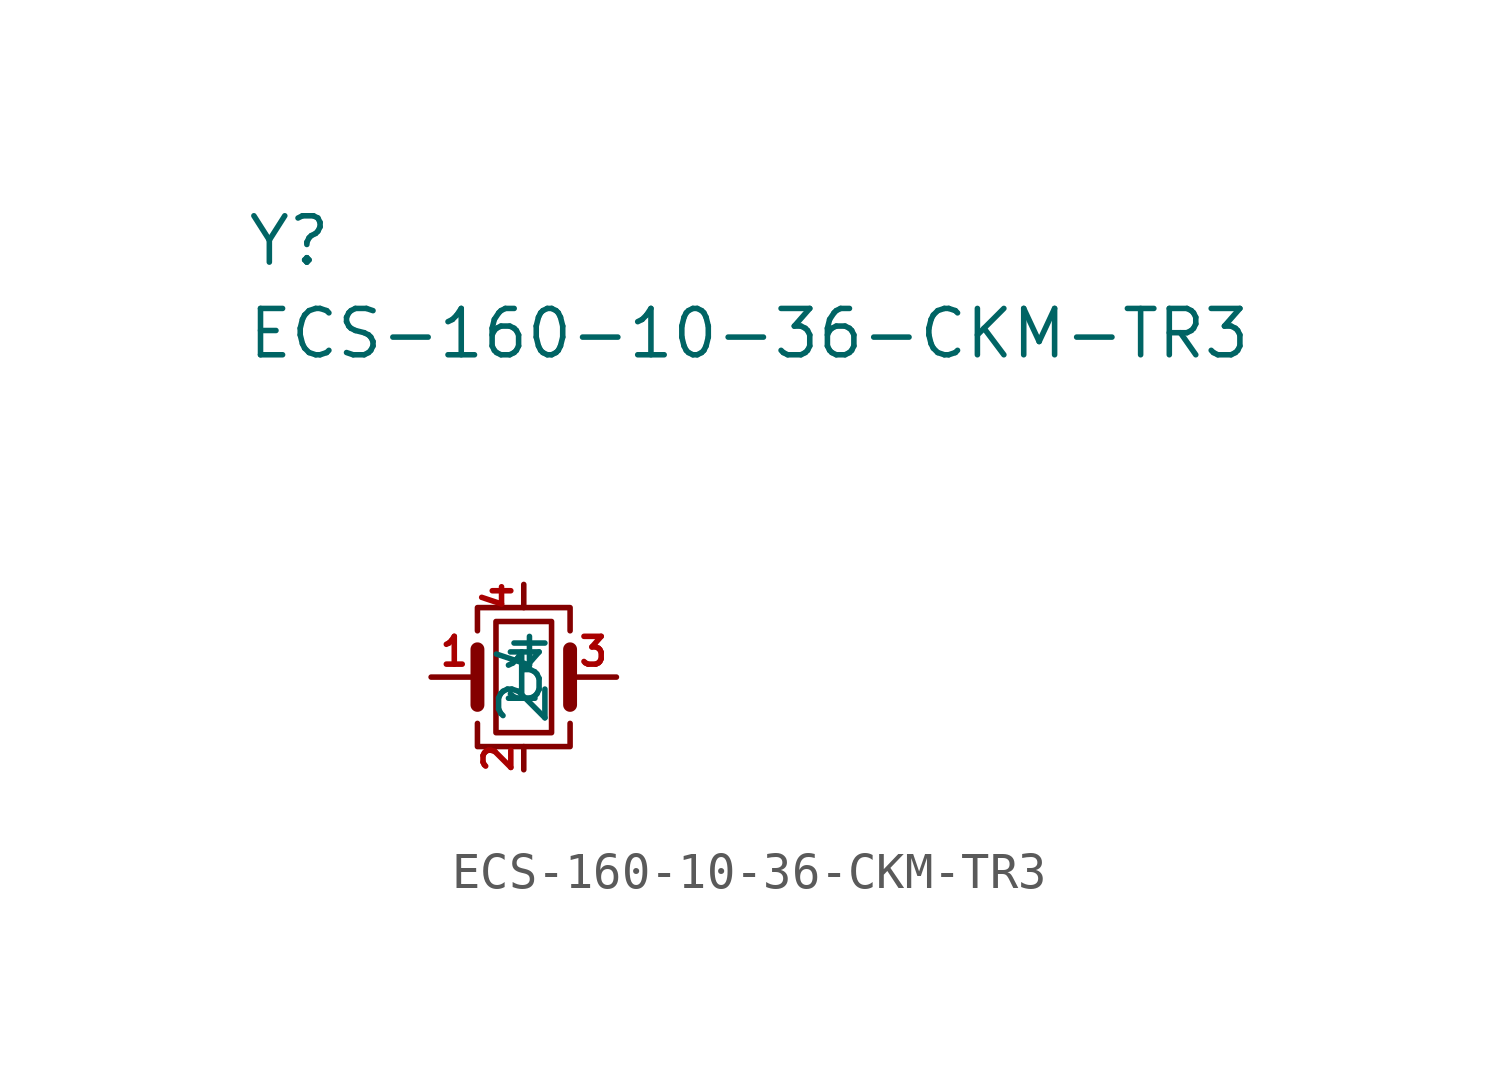
<source format=kicad_sym>
(kicad_symbol_lib
  (version 20231120)
  (generator "kicad_symbol_editor")
  (generator_version "8.0")
  (symbol "ECS-160-10-36-CKM-TR3"
    (property "Reference" "Y"
      (at -7.62 12.7 0)
      (effects (font (size 1.27 1.27)) (justify left top)))
    (property "Value" "ECS-160-10-36-CKM-TR3"
      (at -7.62 10.16 0)
      (effects (font (size 1.27 1.27)) (justify left top)))
    (symbol "ECS-160-10-36-CKM-TR3_0_1"
      (rectangle (start -0.762 -1.524) (end 0.762 1.524) (stroke (width 0) (type default)) (fill (type none)))
      (polyline (pts (xy -1.27 -0.762) (xy -1.27 0.762)) (stroke (width 0.381) (type default)) (fill (type none)))
      (polyline (pts (xy 1.27 -0.762) (xy 1.27 0.762)) (stroke (width 0.381) (type default)) (fill (type none)))
      (polyline (pts (xy -1.27 -1.27) (xy -1.27 -1.905) (xy 1.27 -1.905) (xy 1.27 -1.27)) (stroke (width 0) (type default)) (fill (type none)))
      (polyline (pts (xy -1.27 1.27) (xy -1.27 1.905) (xy 1.27 1.905) (xy 1.27 1.27)) (stroke (width 0) (type default)) (fill (type none))))
    (symbol "ECS-160-10-36-CKM-TR3_1_1"
      (pin passive line (at -2.54 0 0) (length 1.27) (name "1" (effects (font (size 1.27 1.27)))) (number "1" (effects (font (size 0.762 0.762)))))
      (pin passive line (at 0 -2.54 90) (length 0.635) (name "2" (effects (font (size 1.27 1.27)))) (number "2" (effects (font (size 0.762 0.762)))))
      (pin passive line (at 2.54 0 180) (length 1.27) (name "3" (effects (font (size 1.27 1.27)))) (number "3" (effects (font (size 0.762 0.762)))))
      (pin passive line (at 0 2.54 270) (length 0.635) (name "4" (effects (font (size 1.27 1.27)))) (number "4" (effects (font (size 0.762 0.762))))))))
</source>
